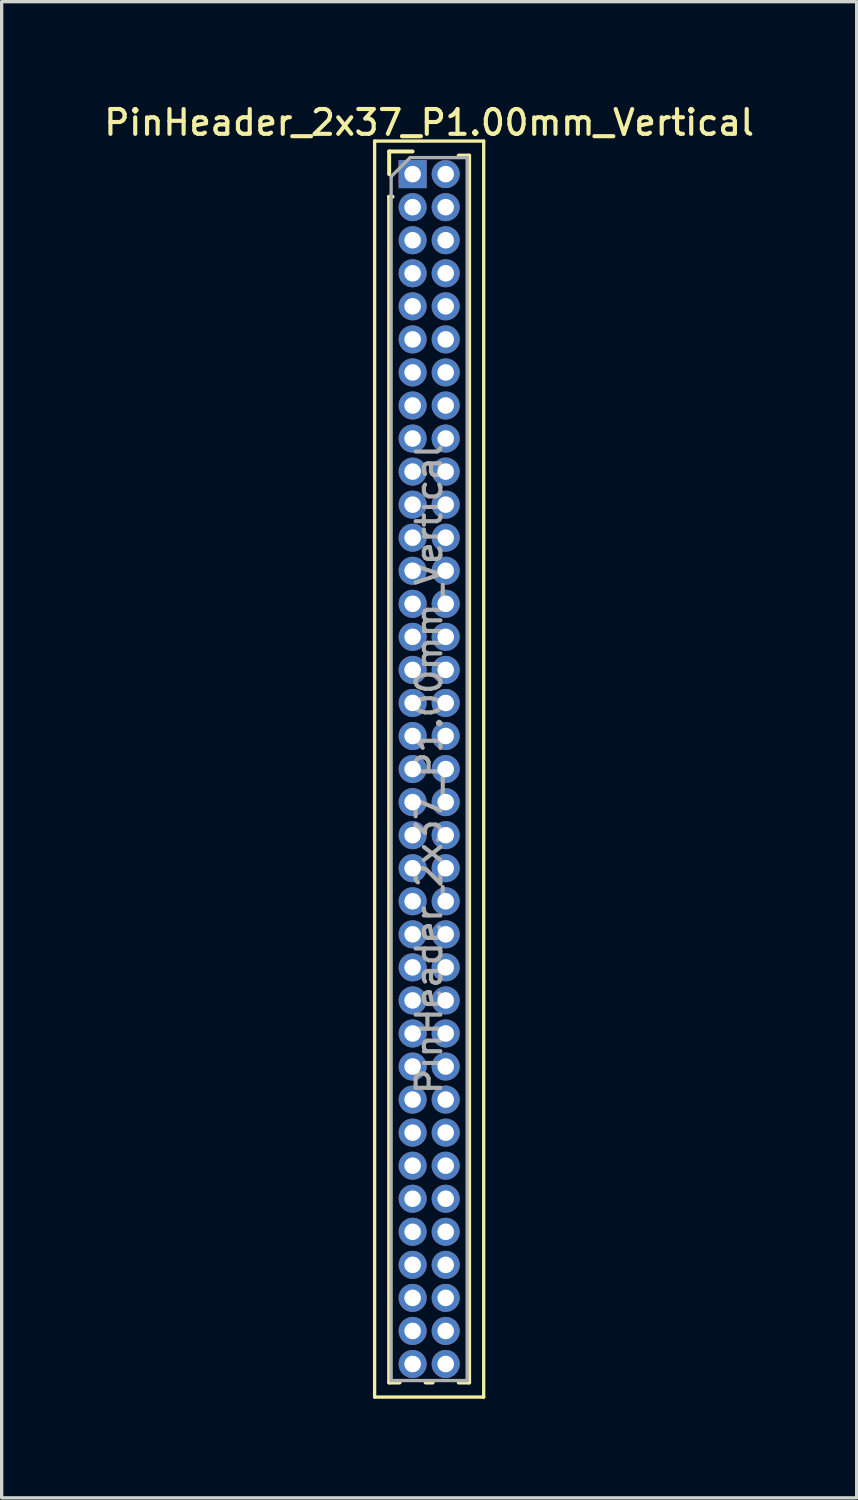
<source format=kicad_pcb>
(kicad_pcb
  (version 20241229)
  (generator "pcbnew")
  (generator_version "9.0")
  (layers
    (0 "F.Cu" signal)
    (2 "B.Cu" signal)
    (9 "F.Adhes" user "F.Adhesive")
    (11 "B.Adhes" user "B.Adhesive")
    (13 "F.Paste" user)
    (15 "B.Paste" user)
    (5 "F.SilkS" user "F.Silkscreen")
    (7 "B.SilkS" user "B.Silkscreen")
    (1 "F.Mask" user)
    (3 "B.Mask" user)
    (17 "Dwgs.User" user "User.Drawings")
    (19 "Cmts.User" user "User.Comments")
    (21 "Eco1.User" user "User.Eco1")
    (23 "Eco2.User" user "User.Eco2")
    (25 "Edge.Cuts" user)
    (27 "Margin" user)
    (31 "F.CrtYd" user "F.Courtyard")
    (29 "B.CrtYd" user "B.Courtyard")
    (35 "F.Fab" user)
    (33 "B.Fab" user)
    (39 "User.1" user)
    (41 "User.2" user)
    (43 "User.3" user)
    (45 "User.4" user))
  (footprint "PinHeader_2x37_P1.00mm_Vertical"
    (layer "F.Cu")
    (at 9.434 2.218)
    (property "Reference" "PinHeader_2x37_P1.00mm_Vertical" (at 0.5 -1.56 0) (layer "F.SilkS") (effects (font (size 0.75 0.75) (thickness 0.125))))
    (attr through_hole)
    (fp_line (start -1.15 -1) (end -1.15 37) (stroke (width 0.1) (type solid)) (layer "F.SilkS"))
    (fp_line (start -1.15 37) (end 2.15 37) (stroke (width 0.1) (type solid)) (layer "F.SilkS"))
    (fp_line (start -0.71 -0.685) (end 0 -0.685) (stroke (width 0.12) (type solid)) (layer "F.SilkS"))
    (fp_line (start -0.71 0) (end -0.71 -0.685) (stroke (width 0.12) (type solid)) (layer "F.SilkS"))
    (fp_line (start -0.71 0.685) (end -0.71 36.56) (stroke (width 0.12) (type solid)) (layer "F.SilkS"))
    (fp_line (start -0.71 0.685) (end -0.608 0.685) (stroke (width 0.12) (type solid)) (layer "F.SilkS"))
    (fp_line (start -0.71 36.56) (end -0.394 36.56) (stroke (width 0.12) (type solid)) (layer "F.SilkS"))
    (fp_line (start 0.394 36.56) (end 0.606 36.56) (stroke (width 0.12) (type solid)) (layer "F.SilkS"))
    (fp_line (start 1.394 -0.56) (end 1.71 -0.56) (stroke (width 0.12) (type solid)) (layer "F.SilkS"))
    (fp_line (start 1.394 36.56) (end 1.71 36.56) (stroke (width 0.12) (type solid)) (layer "F.SilkS"))
    (fp_line (start 1.71 -0.56) (end 1.71 36.56) (stroke (width 0.12) (type solid)) (layer "F.SilkS"))
    (fp_line (start 2.15 -1) (end -1.15 -1) (stroke (width 0.1) (type solid)) (layer "F.SilkS"))
    (fp_line (start 2.15 37) (end 2.15 -1) (stroke (width 0.1) (type solid)) (layer "F.SilkS"))
    (fp_line (start -0.65 0.075) (end -0.075 -0.5) (stroke (width 0.1) (type solid)) (layer "F.Fab"))
    (fp_line (start -0.65 36.5) (end -0.65 0.075) (stroke (width 0.1) (type solid)) (layer "F.Fab"))
    (fp_line (start -0.075 -0.5) (end 1.65 -0.5) (stroke (width 0.1) (type solid)) (layer "F.Fab"))
    (fp_line (start 1.65 -0.5) (end 1.65 36.5) (stroke (width 0.1) (type solid)) (layer "F.Fab"))
    (fp_line (start 1.65 36.5) (end -0.65 36.5) (stroke (width 0.1) (type solid)) (layer "F.Fab"))
    (fp_text user "${REFERENCE}" (at 0.5 18 90) (layer "F.Fab") (effects (font (size 0.75 0.75) (thickness 0.125))))
    (pad "1" thru_hole rect (at 0 0) (size 0.85 0.85) (drill 0.5) (layers "*.Cu" "*.Mask"))
    (pad "2" thru_hole oval (at 1 0) (size 0.85 0.85) (drill 0.5) (layers "*.Cu" "*.Mask"))
    (pad "3" thru_hole oval (at 0 1) (size 0.85 0.85) (drill 0.5) (layers "*.Cu" "*.Mask"))
    (pad "4" thru_hole oval (at 1 1) (size 0.85 0.85) (drill 0.5) (layers "*.Cu" "*.Mask"))
    (pad "5" thru_hole oval (at 0 2) (size 0.85 0.85) (drill 0.5) (layers "*.Cu" "*.Mask"))
    (pad "6" thru_hole oval (at 1 2) (size 0.85 0.85) (drill 0.5) (layers "*.Cu" "*.Mask"))
    (pad "7" thru_hole oval (at 0 3) (size 0.85 0.85) (drill 0.5) (layers "*.Cu" "*.Mask"))
    (pad "8" thru_hole oval (at 1 3) (size 0.85 0.85) (drill 0.5) (layers "*.Cu" "*.Mask"))
    (pad "9" thru_hole oval (at 0 4) (size 0.85 0.85) (drill 0.5) (layers "*.Cu" "*.Mask"))
    (pad "10" thru_hole oval (at 1 4) (size 0.85 0.85) (drill 0.5) (layers "*.Cu" "*.Mask"))
    (pad "11" thru_hole oval (at 0 5) (size 0.85 0.85) (drill 0.5) (layers "*.Cu" "*.Mask"))
    (pad "12" thru_hole oval (at 1 5) (size 0.85 0.85) (drill 0.5) (layers "*.Cu" "*.Mask"))
    (pad "13" thru_hole oval (at 0 6) (size 0.85 0.85) (drill 0.5) (layers "*.Cu" "*.Mask"))
    (pad "14" thru_hole oval (at 1 6) (size 0.85 0.85) (drill 0.5) (layers "*.Cu" "*.Mask"))
    (pad "15" thru_hole oval (at 0 7) (size 0.85 0.85) (drill 0.5) (layers "*.Cu" "*.Mask"))
    (pad "16" thru_hole oval (at 1 7) (size 0.85 0.85) (drill 0.5) (layers "*.Cu" "*.Mask"))
    (pad "17" thru_hole oval (at 0 8) (size 0.85 0.85) (drill 0.5) (layers "*.Cu" "*.Mask"))
    (pad "18" thru_hole oval (at 1 8) (size 0.85 0.85) (drill 0.5) (layers "*.Cu" "*.Mask"))
    (pad "19" thru_hole oval (at 0 9) (size 0.85 0.85) (drill 0.5) (layers "*.Cu" "*.Mask"))
    (pad "20" thru_hole oval (at 1 9) (size 0.85 0.85) (drill 0.5) (layers "*.Cu" "*.Mask"))
    (pad "21" thru_hole oval (at 0 10) (size 0.85 0.85) (drill 0.5) (layers "*.Cu" "*.Mask"))
    (pad "22" thru_hole oval (at 1 10) (size 0.85 0.85) (drill 0.5) (layers "*.Cu" "*.Mask"))
    (pad "23" thru_hole oval (at 0 11) (size 0.85 0.85) (drill 0.5) (layers "*.Cu" "*.Mask"))
    (pad "24" thru_hole oval (at 1 11) (size 0.85 0.85) (drill 0.5) (layers "*.Cu" "*.Mask"))
    (pad "25" thru_hole oval (at 0 12) (size 0.85 0.85) (drill 0.5) (layers "*.Cu" "*.Mask"))
    (pad "26" thru_hole oval (at 1 12) (size 0.85 0.85) (drill 0.5) (layers "*.Cu" "*.Mask"))
    (pad "27" thru_hole oval (at 0 13) (size 0.85 0.85) (drill 0.5) (layers "*.Cu" "*.Mask"))
    (pad "28" thru_hole oval (at 1 13) (size 0.85 0.85) (drill 0.5) (layers "*.Cu" "*.Mask"))
    (pad "29" thru_hole oval (at 0 14) (size 0.85 0.85) (drill 0.5) (layers "*.Cu" "*.Mask"))
    (pad "30" thru_hole oval (at 1 14) (size 0.85 0.85) (drill 0.5) (layers "*.Cu" "*.Mask"))
    (pad "31" thru_hole oval (at 0 15) (size 0.85 0.85) (drill 0.5) (layers "*.Cu" "*.Mask"))
    (pad "32" thru_hole oval (at 1 15) (size 0.85 0.85) (drill 0.5) (layers "*.Cu" "*.Mask"))
    (pad "33" thru_hole oval (at 0 16) (size 0.85 0.85) (drill 0.5) (layers "*.Cu" "*.Mask"))
    (pad "34" thru_hole oval (at 1 16) (size 0.85 0.85) (drill 0.5) (layers "*.Cu" "*.Mask"))
    (pad "35" thru_hole oval (at 0 17) (size 0.85 0.85) (drill 0.5) (layers "*.Cu" "*.Mask"))
    (pad "36" thru_hole oval (at 1 17) (size 0.85 0.85) (drill 0.5) (layers "*.Cu" "*.Mask"))
    (pad "37" thru_hole oval (at 0 18) (size 0.85 0.85) (drill 0.5) (layers "*.Cu" "*.Mask"))
    (pad "38" thru_hole oval (at 1 18) (size 0.85 0.85) (drill 0.5) (layers "*.Cu" "*.Mask"))
    (pad "39" thru_hole oval (at 0 19) (size 0.85 0.85) (drill 0.5) (layers "*.Cu" "*.Mask"))
    (pad "40" thru_hole oval (at 1 19) (size 0.85 0.85) (drill 0.5) (layers "*.Cu" "*.Mask"))
    (pad "41" thru_hole oval (at 0 20) (size 0.85 0.85) (drill 0.5) (layers "*.Cu" "*.Mask"))
    (pad "42" thru_hole oval (at 1 20) (size 0.85 0.85) (drill 0.5) (layers "*.Cu" "*.Mask"))
    (pad "43" thru_hole oval (at 0 21) (size 0.85 0.85) (drill 0.5) (layers "*.Cu" "*.Mask"))
    (pad "44" thru_hole oval (at 1 21) (size 0.85 0.85) (drill 0.5) (layers "*.Cu" "*.Mask"))
    (pad "45" thru_hole oval (at 0 22) (size 0.85 0.85) (drill 0.5) (layers "*.Cu" "*.Mask"))
    (pad "46" thru_hole oval (at 1 22) (size 0.85 0.85) (drill 0.5) (layers "*.Cu" "*.Mask"))
    (pad "47" thru_hole oval (at 0 23) (size 0.85 0.85) (drill 0.5) (layers "*.Cu" "*.Mask"))
    (pad "48" thru_hole oval (at 1 23) (size 0.85 0.85) (drill 0.5) (layers "*.Cu" "*.Mask"))
    (pad "49" thru_hole oval (at 0 24) (size 0.85 0.85) (drill 0.5) (layers "*.Cu" "*.Mask"))
    (pad "50" thru_hole oval (at 1 24) (size 0.85 0.85) (drill 0.5) (layers "*.Cu" "*.Mask"))
    (pad "51" thru_hole oval (at 0 25) (size 0.85 0.85) (drill 0.5) (layers "*.Cu" "*.Mask"))
    (pad "52" thru_hole oval (at 1 25) (size 0.85 0.85) (drill 0.5) (layers "*.Cu" "*.Mask"))
    (pad "53" thru_hole oval (at 0 26) (size 0.85 0.85) (drill 0.5) (layers "*.Cu" "*.Mask"))
    (pad "54" thru_hole oval (at 1 26) (size 0.85 0.85) (drill 0.5) (layers "*.Cu" "*.Mask"))
    (pad "55" thru_hole oval (at 0 27) (size 0.85 0.85) (drill 0.5) (layers "*.Cu" "*.Mask"))
    (pad "56" thru_hole oval (at 1 27) (size 0.85 0.85) (drill 0.5) (layers "*.Cu" "*.Mask"))
    (pad "57" thru_hole oval (at 0 28) (size 0.85 0.85) (drill 0.5) (layers "*.Cu" "*.Mask"))
    (pad "58" thru_hole oval (at 1 28) (size 0.85 0.85) (drill 0.5) (layers "*.Cu" "*.Mask"))
    (pad "59" thru_hole oval (at 0 29) (size 0.85 0.85) (drill 0.5) (layers "*.Cu" "*.Mask"))
    (pad "60" thru_hole oval (at 1 29) (size 0.85 0.85) (drill 0.5) (layers "*.Cu" "*.Mask"))
    (pad "61" thru_hole oval (at 0 30) (size 0.85 0.85) (drill 0.5) (layers "*.Cu" "*.Mask"))
    (pad "62" thru_hole oval (at 1 30) (size 0.85 0.85) (drill 0.5) (layers "*.Cu" "*.Mask"))
    (pad "63" thru_hole oval (at 0 31) (size 0.85 0.85) (drill 0.5) (layers "*.Cu" "*.Mask"))
    (pad "64" thru_hole oval (at 1 31) (size 0.85 0.85) (drill 0.5) (layers "*.Cu" "*.Mask"))
    (pad "65" thru_hole oval (at 0 32) (size 0.85 0.85) (drill 0.5) (layers "*.Cu" "*.Mask"))
    (pad "66" thru_hole oval (at 1 32) (size 0.85 0.85) (drill 0.5) (layers "*.Cu" "*.Mask"))
    (pad "67" thru_hole oval (at 0 33) (size 0.85 0.85) (drill 0.5) (layers "*.Cu" "*.Mask"))
    (pad "68" thru_hole oval (at 1 33) (size 0.85 0.85) (drill 0.5) (layers "*.Cu" "*.Mask"))
    (pad "69" thru_hole oval (at 0 34) (size 0.85 0.85) (drill 0.5) (layers "*.Cu" "*.Mask"))
    (pad "70" thru_hole oval (at 1 34) (size 0.85 0.85) (drill 0.5) (layers "*.Cu" "*.Mask"))
    (pad "71" thru_hole oval (at 0 35) (size 0.85 0.85) (drill 0.5) (layers "*.Cu" "*.Mask"))
    (pad "72" thru_hole oval (at 1 35) (size 0.85 0.85) (drill 0.5) (layers "*.Cu" "*.Mask"))
    (pad "73" thru_hole oval (at 0 36) (size 0.85 0.85) (drill 0.5) (layers "*.Cu" "*.Mask"))
    (pad "74" thru_hole oval (at 1 36) (size 0.85 0.85) (drill 0.5) (layers "*.Cu" "*.Mask")))
  (gr_rect
    (start -3 -3)
    (end 22.868 42.268)
    (stroke (width 0.1) (type default))
    (fill no)
    (layer "Edge.Cuts")))
</source>
